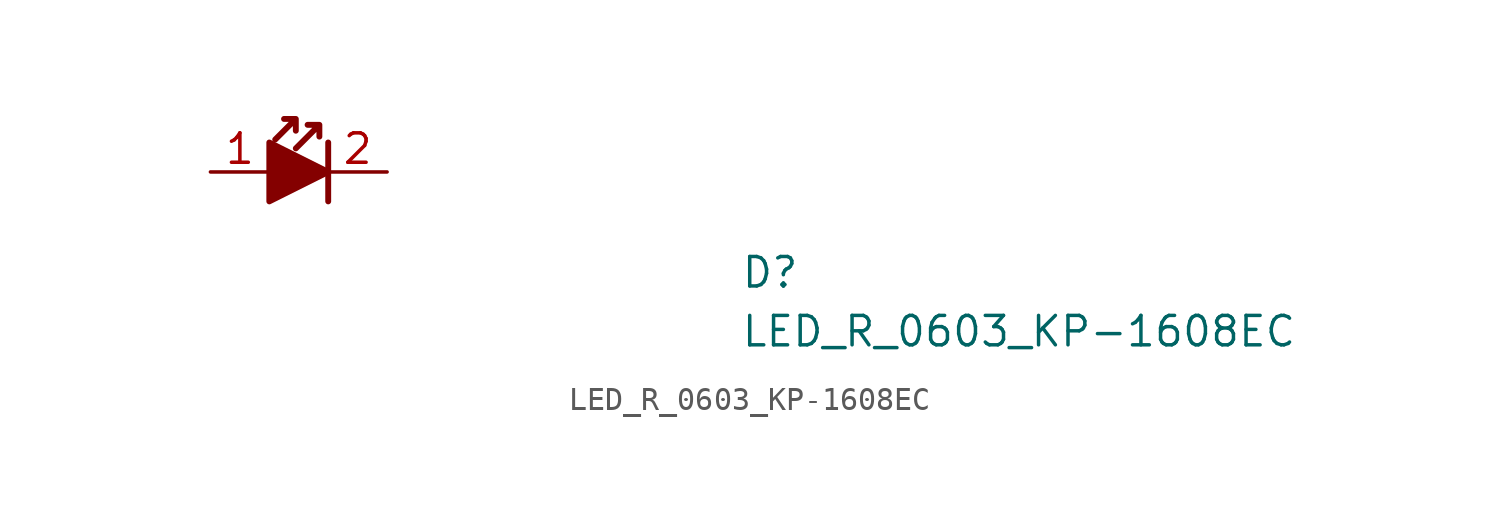
<source format=kicad_sym>
(kicad_symbol_lib
  (version 20211014)
  (generator kicad_symbol_editor)
  (symbol "LED_R_0603_KP-1608EC"
    (pin_names hide)
    (property "Reference" "D"
      (at 22.86 -5.08 0)
      (effects (font (size 1.27 1.27) (thickness 0.15)) (justify left bottom)))
    (property "Value" "LED_R_0603_KP-1608EC"
      (at 22.86 -7.62 0)
      (effects (font (size 1.27 1.27) (thickness 0.15)) (justify left bottom)))
    (symbol "LED_R_0603_KP-1608EC_1_1"
      (polyline (pts (xy 5.08 1.27) (xy 5.08 -1.27)) (stroke (width 0.254) (type default) (color 0 0 0 0)) (fill (type none)))
      (polyline (pts (xy 2.54 1.27) (xy 2.54 -1.27) (xy 5.08 0) (xy 2.54 1.27)) (stroke (width 0.254) (type default) (color 0 0 0 0)) (fill (type outline)))
      (polyline (pts (xy 3.683 2.286) (xy 3.683 1.778) (xy 3.683 2.286) (xy 3.175 2.286) (xy 3.683 2.286) (xy 2.794 1.397)) (stroke (width 0.254) (type default) (color 0 0 0 0)) (fill (type none)))
      (polyline (pts (xy 4.699 2.032) (xy 4.699 1.524) (xy 4.699 2.032) (xy 4.191 2.032) (xy 4.699 2.032) (xy 3.683 1.016)) (stroke (width 0.254) (type default) (color 0 0 0 0)) (fill (type none)))
      (pin passive line (at 0 0 0) (length 2.54) (name "1" (effects (font (size 1.27 1.27)))) (number "1" (effects (font (size 1.27 1.27)))))
      (pin passive line (at 7.62 0 180) (length 2.54) (name "2" (effects (font (size 1.27 1.27)))) (number "2" (effects (font (size 1.27 1.27))))))))
</source>
